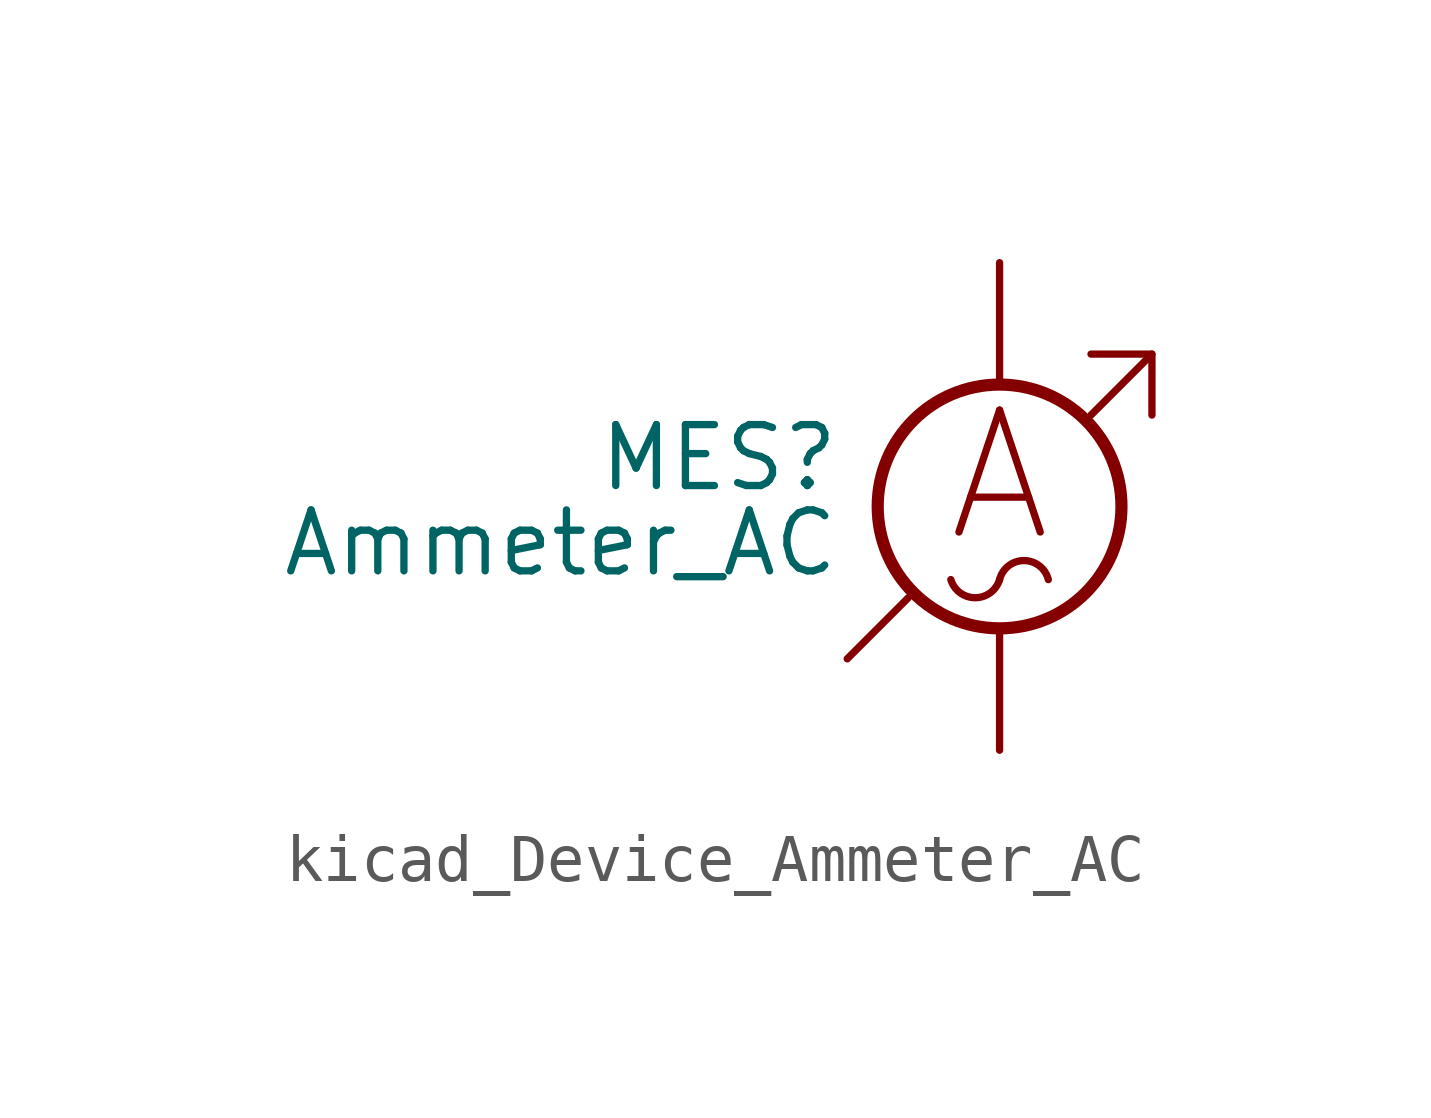
<source format=kicad_sym>
(kicad_symbol_lib
  (version 20220914)
  (generator kicad_symbol_editor)
  (symbol "kicad_Device_Ammeter_AC"
    (pin_numbers hide)
    (pin_names
      (offset 0.025) hide)
    (property "Reference" "MES"
      (at -3.302 1.016 0)
      (effects (font (size 1.27 1.27)) (justify right)))
    (property "Value" "Ammeter_AC"
      (at -3.302 -0.762 0)
      (effects (font (size 1.27 1.27)) (justify right)))
    (symbol "kicad_Device_Ammeter_AC_0_0"
      (polyline (pts (xy -3.175 -3.175) (xy -1.905 -1.905)) (stroke (width 0) (type default)) (fill (type none)))
      (polyline (pts (xy 1.905 1.905) (xy 3.175 3.175)) (stroke (width 0) (type default)) (fill (type none)))
      (polyline (pts (xy 1.905 3.175) (xy 3.175 3.175) (xy 3.175 1.905)) (stroke (width 0) (type default)) (fill (type none)))
      (text "A" (at 0 0.635 0) (effects (font (size 2.54 2.54)))))
    (symbol "kicad_Device_Ammeter_AC_0_1"
      (arc (start -1.016 -1.524) (mid -0.508 -1.902) (end 0 -1.524) (stroke (width 0) (type default)) (fill (type none)))
      (circle (center 0 0) (radius 2.54) (stroke (width 0.254) (type default)) (fill (type none)))
      (arc (start 1.016 -1.524) (mid 0.508 -1.1274) (end 0 -1.524) (stroke (width 0) (type default)) (fill (type none))))
    (symbol "kicad_Device_Ammeter_AC_1_1"
      (pin passive line (at 0 -5.08 90) (length 2.54) (name "~" (effects (font (size 1.27 1.27)))) (number "1" (effects (font (size 1.27 1.27)))))
      (pin passive line (at 0 5.08 270) (length 2.54) (name "~" (effects (font (size 1.27 1.27)))) (number "2" (effects (font (size 1.27 1.27))))))))
</source>
